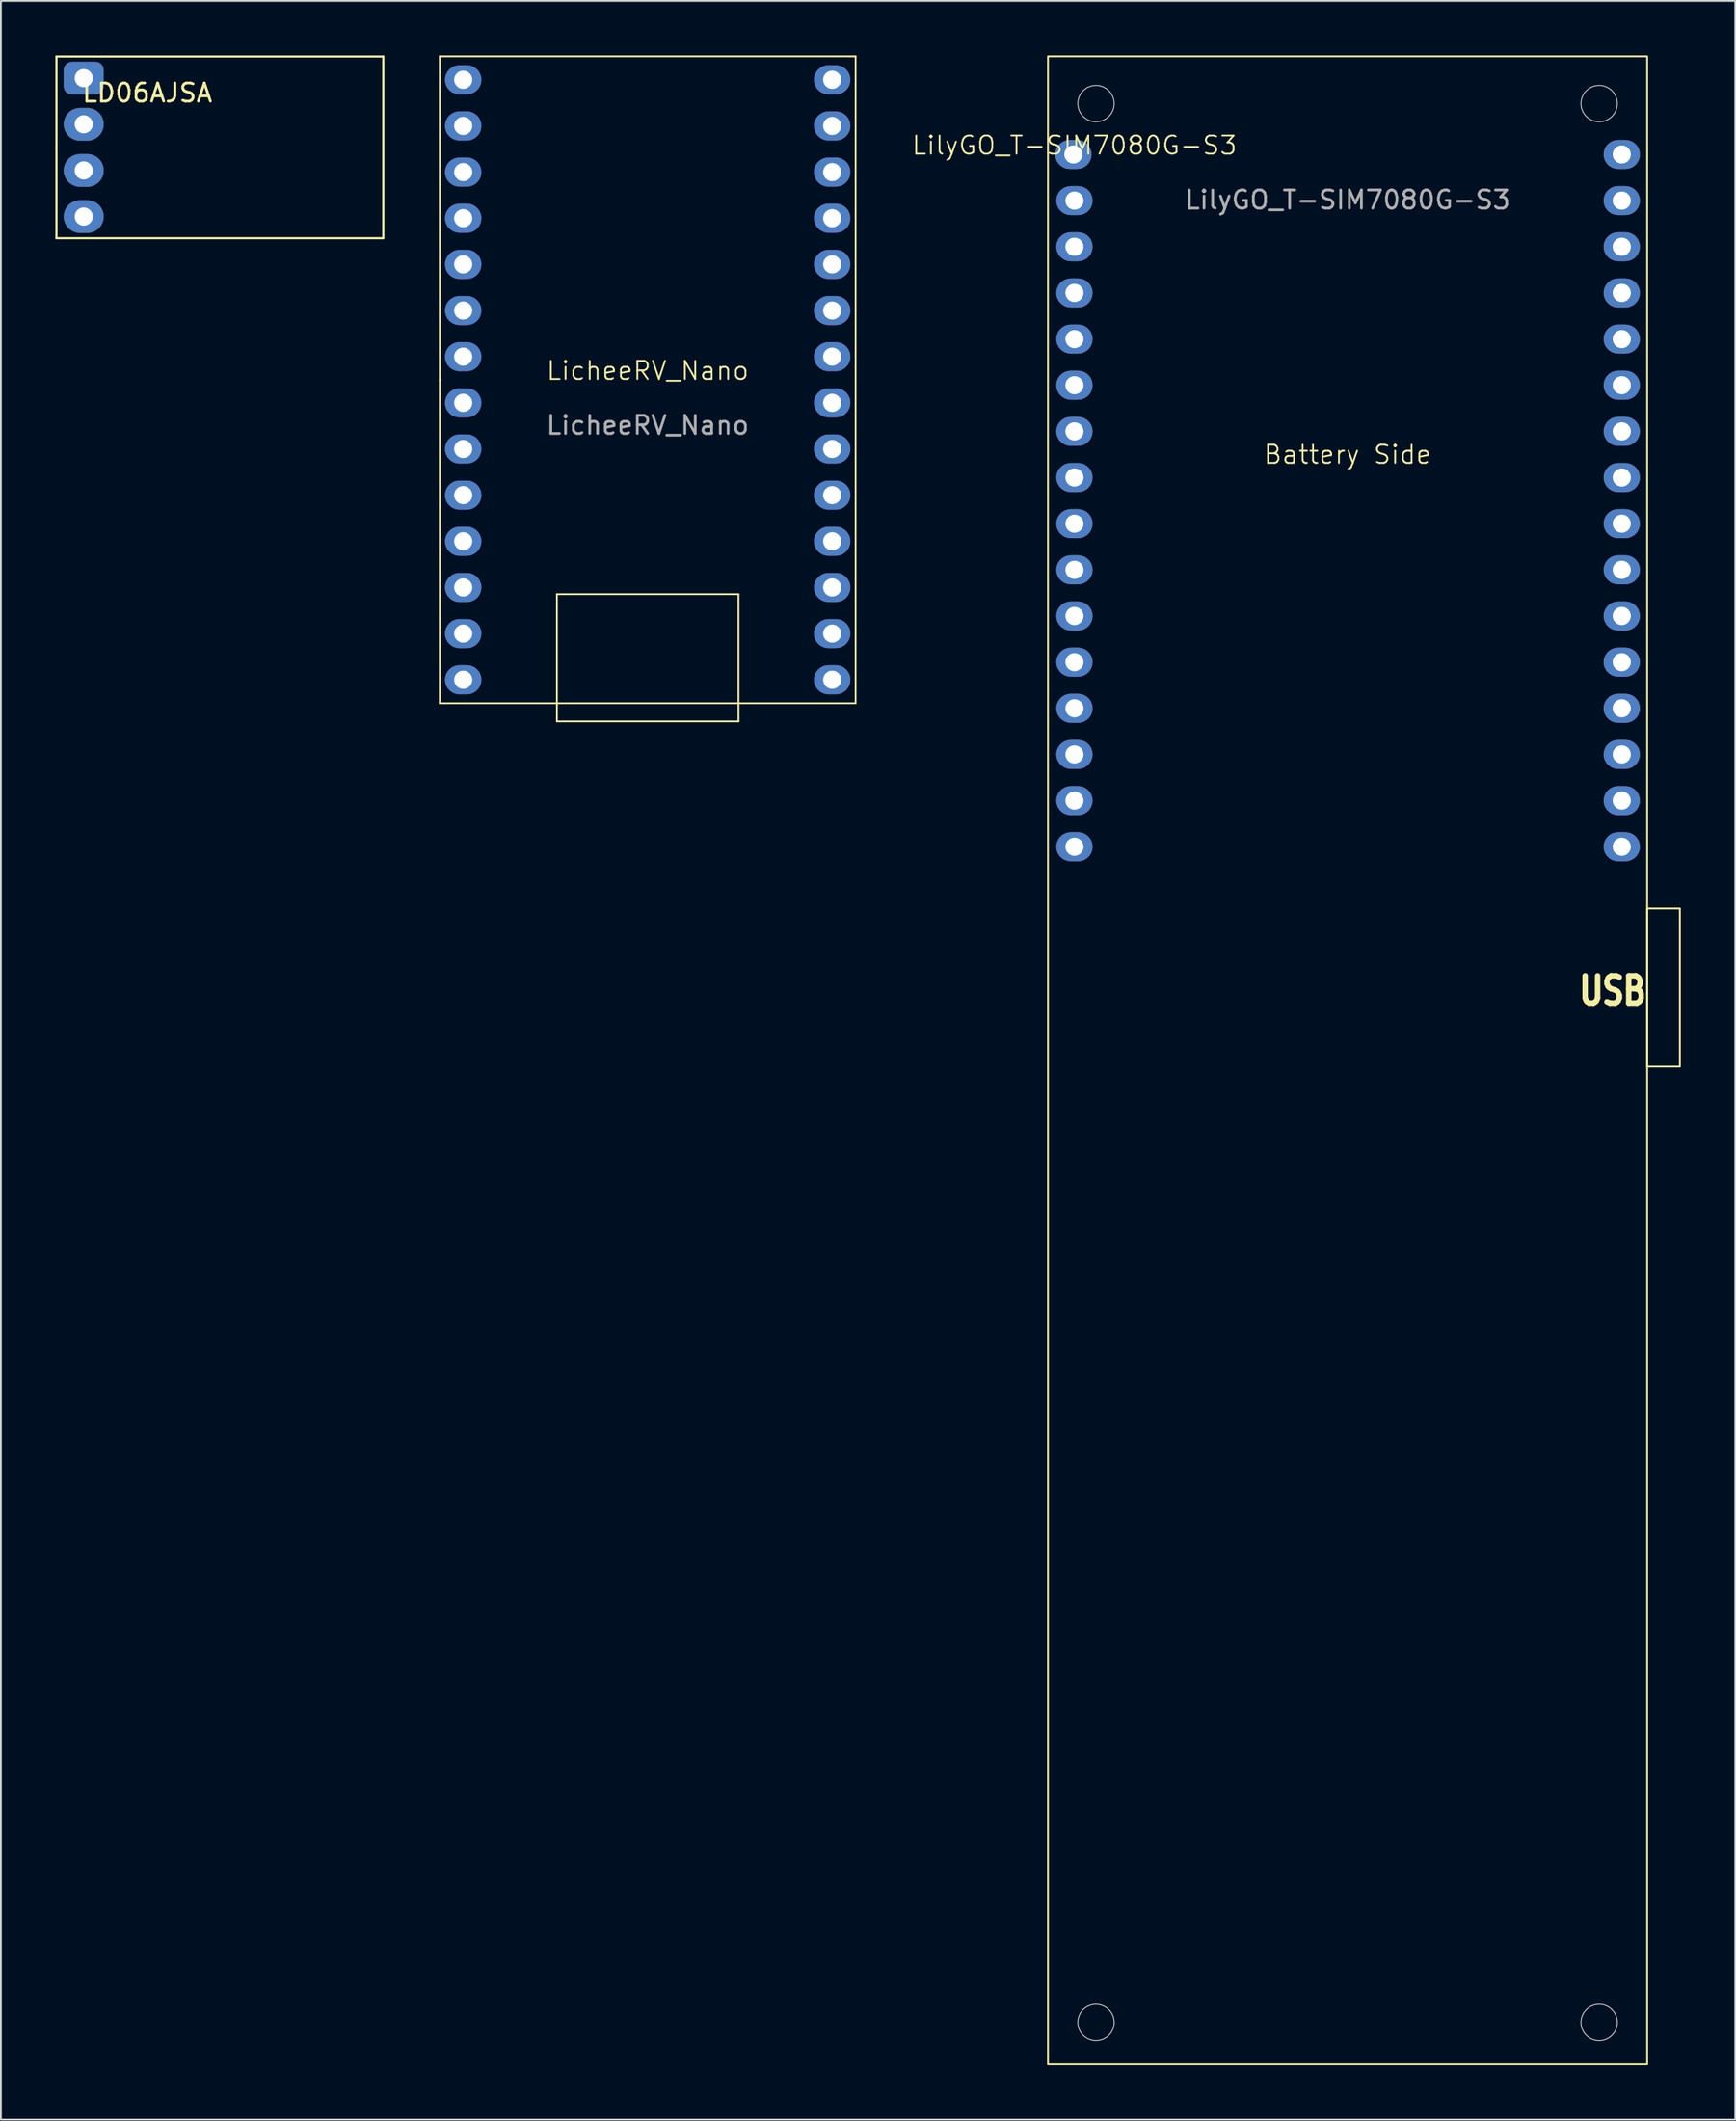
<source format=kicad_pcb>
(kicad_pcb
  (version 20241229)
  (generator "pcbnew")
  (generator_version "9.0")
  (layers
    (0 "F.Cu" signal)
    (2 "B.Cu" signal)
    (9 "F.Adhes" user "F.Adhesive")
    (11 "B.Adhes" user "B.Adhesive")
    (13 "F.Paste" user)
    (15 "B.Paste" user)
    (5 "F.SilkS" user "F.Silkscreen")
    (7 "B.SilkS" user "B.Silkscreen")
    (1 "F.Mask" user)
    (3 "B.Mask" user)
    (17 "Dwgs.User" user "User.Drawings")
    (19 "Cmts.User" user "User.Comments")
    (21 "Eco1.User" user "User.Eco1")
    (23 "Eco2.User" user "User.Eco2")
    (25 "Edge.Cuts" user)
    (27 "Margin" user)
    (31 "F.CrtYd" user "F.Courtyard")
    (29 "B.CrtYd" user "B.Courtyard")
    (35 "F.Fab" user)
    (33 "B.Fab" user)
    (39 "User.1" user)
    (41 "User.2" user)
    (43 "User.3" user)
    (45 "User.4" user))
  (footprint "LD06AJSA"
    (layer "F.Cu")
    (at 1.56 5.06)
    (property "Reference" "LD06AJSA" (at 3.5 -3 0) (layer "F.SilkS") (effects (font (size 1 1) (thickness 0.15))))
    (attr through_hole)
    (fp_line (start -1.5 -5) (end 16.5 -5) (stroke (width 0.12) (type solid)) (layer "F.SilkS"))
    (fp_line (start -1.5 0) (end -1.5 -5) (stroke (width 0.12) (type solid)) (layer "F.SilkS"))
    (fp_line (start -1.5 5) (end -1.5 0) (stroke (width 0.12) (type solid)) (layer "F.SilkS"))
    (fp_line (start 16.5 -5) (end 16.5 5) (stroke (width 0.12) (type solid)) (layer "F.SilkS"))
    (fp_line (start 16.5 5) (end -1.5 5) (stroke (width 0.12) (type solid)) (layer "F.SilkS"))
    (pad "1" thru_hole roundrect (at 0 -3.81) (size 2.2 1.8) (drill 1) (layers "*.Cu" "*.Mask") (roundrect_rratio 0.25))
    (pad "2" thru_hole oval (at 0 -1.27) (size 2.2 1.8) (drill 1) (layers "*.Cu" "*.Mask"))
    (pad "3" thru_hole oval (at 0 1.27) (size 2.2 1.8) (drill 1) (layers "*.Cu" "*.Mask"))
    (pad "4" thru_hole oval (at 0 3.81) (size 2.2 1.8) (drill 1) (layers "*.Cu" "*.Mask")))
  (footprint "LicheeRV_Nano"
    (layer "F.Cu")
    (at 32.62 17.85)
    (property "Reference" "LicheeRV_Nano" (at 0 -0.5 0) (unlocked yes) (layer "F.SilkS") (effects (font (size 1 1) (thickness 0.1))))
    (attr smd)
    (fp_line (start -11.45 -17.8) (end 11.45 -17.8) (stroke (width 0.1) (type default)) (layer "F.SilkS"))
    (fp_line (start -11.45 0) (end -11.45 -17.8) (stroke (width 0.1) (type default)) (layer "F.SilkS"))
    (fp_line (start -11.45 17.8) (end -11.45 0) (stroke (width 0.1) (type default)) (layer "F.SilkS"))
    (fp_line (start -5 11.8) (end 5 11.8) (stroke (width 0.1) (type default)) (layer "F.SilkS"))
    (fp_line (start -5 17.8) (end -5 11.8) (stroke (width 0.1) (type default)) (layer "F.SilkS"))
    (fp_line (start -5 17.8) (end -5 18.8) (stroke (width 0.1) (type default)) (layer "F.SilkS"))
    (fp_line (start -5 18.8) (end 5 18.8) (stroke (width 0.1) (type default)) (layer "F.SilkS"))
    (fp_line (start 5 11.8) (end 5 17.8) (stroke (width 0.1) (type default)) (layer "F.SilkS"))
    (fp_line (start 5 18.8) (end 5 17.8) (stroke (width 0.1) (type default)) (layer "F.SilkS"))
    (fp_line (start 11.45 -17.8) (end 11.45 17.8) (stroke (width 0.1) (type default)) (layer "F.SilkS"))
    (fp_line (start 11.45 17.8) (end -11.45 17.8) (stroke (width 0.1) (type default)) (layer "F.SilkS"))
    (fp_text user "${REFERENCE}" (at 0 2.5 0) (unlocked yes) (layer "F.Fab") (effects (font (size 1 1) (thickness 0.15))))
    (pad "1" thru_hole oval (at -10.16 -16.51) (size 2 1.6) (drill 1) (layers "*.Cu" "*.Mask"))
    (pad "2" thru_hole oval (at -10.16 -13.97) (size 2 1.6) (drill 1) (layers "*.Cu" "*.Mask"))
    (pad "3" thru_hole oval (at -10.16 -11.43) (size 2 1.6) (drill 1) (layers "*.Cu" "*.Mask"))
    (pad "4" thru_hole oval (at -10.16 -8.89) (size 2 1.6) (drill 1) (layers "*.Cu" "*.Mask"))
    (pad "5" thru_hole oval (at -10.16 -6.35) (size 2 1.6) (drill 1) (layers "*.Cu" "*.Mask"))
    (pad "6" thru_hole oval (at -10.16 -3.81) (size 2 1.6) (drill 1) (layers "*.Cu" "*.Mask"))
    (pad "7" thru_hole oval (at -10.16 -1.27) (size 2 1.6) (drill 1) (layers "*.Cu" "*.Mask"))
    (pad "8" thru_hole oval (at -10.16 1.27) (size 2 1.6) (drill 1) (layers "*.Cu" "*.Mask"))
    (pad "9" thru_hole oval (at -10.16 3.81) (size 2 1.6) (drill 1) (layers "*.Cu" "*.Mask"))
    (pad "10" thru_hole oval (at -10.16 6.35) (size 2 1.6) (drill 1) (layers "*.Cu" "*.Mask"))
    (pad "11" thru_hole oval (at -10.16 8.89) (size 2 1.6) (drill 1) (layers "*.Cu" "*.Mask"))
    (pad "12" thru_hole oval (at -10.16 11.43) (size 2 1.6) (drill 1) (layers "*.Cu" "*.Mask"))
    (pad "13" thru_hole oval (at -10.16 13.97) (size 2 1.6) (drill 1) (layers "*.Cu" "*.Mask"))
    (pad "14" thru_hole oval (at -10.16 16.51) (size 2 1.6) (drill 1) (layers "*.Cu" "*.Mask"))
    (pad "15" thru_hole oval (at 10.16 16.51) (size 2 1.6) (drill 1) (layers "*.Cu" "*.Mask"))
    (pad "16" thru_hole oval (at 10.16 13.97) (size 2 1.6) (drill 1) (layers "*.Cu" "*.Mask"))
    (pad "17" thru_hole oval (at 10.16 11.43) (size 2 1.6) (drill 1) (layers "*.Cu" "*.Mask"))
    (pad "18" thru_hole oval (at 10.16 8.89) (size 2 1.6) (drill 1) (layers "*.Cu" "*.Mask"))
    (pad "19" thru_hole oval (at 10.16 6.35) (size 2 1.6) (drill 1) (layers "*.Cu" "*.Mask"))
    (pad "20" thru_hole oval (at 10.16 3.81) (size 2 1.6) (drill 1) (layers "*.Cu" "*.Mask"))
    (pad "21" thru_hole oval (at 10.16 1.27) (size 2 1.6) (drill 1) (layers "*.Cu" "*.Mask"))
    (pad "22" thru_hole oval (at 10.16 -1.27) (size 2 1.6) (drill 1) (layers "*.Cu" "*.Mask"))
    (pad "23" thru_hole oval (at 10.16 -3.81) (size 2 1.6) (drill 1) (layers "*.Cu" "*.Mask"))
    (pad "24" thru_hole oval (at 10.16 -6.35) (size 2 1.6) (drill 1) (layers "*.Cu" "*.Mask"))
    (pad "25" thru_hole oval (at 10.16 -8.89) (size 2 1.6) (drill 1) (layers "*.Cu" "*.Mask"))
    (pad "26" thru_hole oval (at 10.16 -11.43) (size 2 1.6) (drill 1) (layers "*.Cu" "*.Mask"))
    (pad "27" thru_hole oval (at 10.16 -13.97) (size 2 1.6) (drill 1) (layers "*.Cu" "*.Mask"))
    (pad "28" thru_hole oval (at 10.16 -16.51) (size 2 1.6) (drill 1) (layers "*.Cu" "*.Mask")))
  (footprint "LilyGO_T-SIM7080G-S3"
    (layer "F.Cu")
    (at 71.164 5.45)
    (property "Reference" "LilyGO_T-SIM7080G-S3" (at -15.042 -0.5 0) (unlocked yes) (layer "F.SilkS") (effects (font (size 1 1) (thickness 0.1))))
    (attr through_hole)
    (fp_rect (start -16.5 -5.4) (end 16.5 105.1) (stroke (width 0.1) (type solid)) (fill no) (layer "F.SilkS"))
    (fp_rect (start 16.5 41.5) (end 18.3 50.2) (stroke (width 0.1) (type default)) (fill no) (layer "F.SilkS"))
    (fp_circle (center -13.855 -2.8) (end -12.855 -2.8) (stroke (width 0.05) (type solid)) (fill no) (layer "Edge.Cuts"))
    (fp_circle (center -13.855 102.8) (end -12.855 102.8) (stroke (width 0.05) (type solid)) (fill no) (layer "Edge.Cuts"))
    (fp_circle (center 13.855 -2.8) (end 14.855 -2.8) (stroke (width 0.05) (type solid)) (fill no) (layer "Edge.Cuts"))
    (fp_circle (center 13.855 102.8) (end 14.855 102.8) (stroke (width 0.05) (type solid)) (fill no) (layer "Edge.Cuts"))
    (fp_text user "USB" (at 12.6 46.9 0) (unlocked yes) (layer "F.SilkS") (effects (font (size 1.5 1.2) (thickness 0.3) (bold yes)) (justify left bottom)))
    (fp_text user "Battery Side" (at 0 17.1 0) (unlocked yes) (layer "F.SilkS") (effects (font (size 1 1) (thickness 0.1)) (justify bottom)))
    (fp_text user "${REFERENCE}" (at 0 2.5 0) (unlocked yes) (layer "F.Fab") (effects (font (size 1 1) (thickness 0.15))))
    (pad "1" thru_hole roundrect (at -15.1 0 270) (size 1.6 2) (drill 1) (layers "*.Cu" "*.Mask") (roundrect_rratio 0.5))
    (pad "2" thru_hole roundrect (at -15.042 2.54 270) (size 1.6 2) (drill 1) (layers "*.Cu" "*.Mask") (roundrect_rratio 0.5))
    (pad "3" thru_hole roundrect (at -15.042 5.08 270) (size 1.6 2) (drill 1) (layers "*.Cu" "*.Mask") (roundrect_rratio 0.5))
    (pad "4" thru_hole roundrect (at -15.042 7.62 270) (size 1.6 2) (drill 1) (layers "*.Cu" "*.Mask") (roundrect_rratio 0.5))
    (pad "5" thru_hole roundrect (at -15.042 10.16 270) (size 1.6 2) (drill 1) (layers "*.Cu" "*.Mask") (roundrect_rratio 0.5))
    (pad "6" thru_hole roundrect (at -15.042 12.7 270) (size 1.6 2) (drill 1) (layers "*.Cu" "*.Mask") (roundrect_rratio 0.5))
    (pad "7" thru_hole roundrect (at -15.042 15.24 270) (size 1.6 2) (drill 1) (layers "*.Cu" "*.Mask") (roundrect_rratio 0.5))
    (pad "8" thru_hole roundrect (at -15.042 17.78 270) (size 1.6 2) (drill 1) (layers "*.Cu" "*.Mask") (roundrect_rratio 0.5))
    (pad "9" thru_hole roundrect (at -15.042 20.32 270) (size 1.6 2) (drill 1) (layers "*.Cu" "*.Mask") (roundrect_rratio 0.5))
    (pad "10" thru_hole roundrect (at -15.042 22.86 270) (size 1.6 2) (drill 1) (layers "*.Cu" "*.Mask") (roundrect_rratio 0.5))
    (pad "11" thru_hole roundrect (at -15.042 25.4 270) (size 1.6 2) (drill 1) (layers "*.Cu" "*.Mask") (roundrect_rratio 0.5))
    (pad "12" thru_hole roundrect (at -15.042 27.94 270) (size 1.6 2) (drill 1) (layers "*.Cu" "*.Mask") (roundrect_rratio 0.5))
    (pad "13" thru_hole roundrect (at -15.042 30.48 270) (size 1.6 2) (drill 1) (layers "*.Cu" "*.Mask") (roundrect_rratio 0.5))
    (pad "14" thru_hole roundrect (at -15.042 33.02 270) (size 1.6 2) (drill 1) (layers "*.Cu" "*.Mask") (roundrect_rratio 0.5))
    (pad "15" thru_hole roundrect (at -15.042 35.56 270) (size 1.6 2) (drill 1) (layers "*.Cu" "*.Mask") (roundrect_rratio 0.5))
    (pad "16" thru_hole roundrect (at -15.042 38.1 270) (size 1.6 2) (drill 1) (layers "*.Cu" "*.Mask") (roundrect_rratio 0.5))
    (pad "17" thru_hole roundrect (at 15.1 38.1 270) (size 1.6 2) (drill 1) (layers "*.Cu" "*.Mask") (roundrect_rratio 0.5))
    (pad "18" thru_hole roundrect (at 15.1 35.56 270) (size 1.6 2) (drill 1) (layers "*.Cu" "*.Mask") (roundrect_rratio 0.5))
    (pad "19" thru_hole roundrect (at 15.1 33.02 270) (size 1.6 2) (drill 1) (layers "*.Cu" "*.Mask") (roundrect_rratio 0.5))
    (pad "20" thru_hole roundrect (at 15.1 30.48 270) (size 1.6 2) (drill 1) (layers "*.Cu" "*.Mask") (roundrect_rratio 0.5))
    (pad "21" thru_hole roundrect (at 15.1 27.94 270) (size 1.6 2) (drill 1) (layers "*.Cu" "*.Mask") (roundrect_rratio 0.5))
    (pad "22" thru_hole roundrect (at 15.1 25.4 270) (size 1.6 2) (drill 1) (layers "*.Cu" "*.Mask") (roundrect_rratio 0.5))
    (pad "23" thru_hole roundrect (at 15.1 22.86 270) (size 1.6 2) (drill 1) (layers "*.Cu" "*.Mask") (roundrect_rratio 0.5))
    (pad "24" thru_hole roundrect (at 15.1 20.32 270) (size 1.6 2) (drill 1) (layers "*.Cu" "*.Mask") (roundrect_rratio 0.5))
    (pad "25" thru_hole roundrect (at 15.1 17.78 270) (size 1.6 2) (drill 1) (layers "*.Cu" "*.Mask") (roundrect_rratio 0.5))
    (pad "26" thru_hole roundrect (at 15.1 15.24 270) (size 1.6 2) (drill 1) (layers "*.Cu" "*.Mask") (roundrect_rratio 0.5))
    (pad "27" thru_hole roundrect (at 15.1 12.7 270) (size 1.6 2) (drill 1) (layers "*.Cu" "*.Mask") (roundrect_rratio 0.5))
    (pad "28" thru_hole roundrect (at 15.1 10.16 270) (size 1.6 2) (drill 1) (layers "*.Cu" "*.Mask") (roundrect_rratio 0.5))
    (pad "29" thru_hole roundrect (at 15.1 7.62 270) (size 1.6 2) (drill 1) (layers "*.Cu" "*.Mask") (roundrect_rratio 0.5))
    (pad "30" thru_hole roundrect (at 15.1 5.08 270) (size 1.6 2) (drill 1) (layers "*.Cu" "*.Mask") (roundrect_rratio 0.5))
    (pad "31" thru_hole roundrect (at 15.1 2.54 270) (size 1.6 2) (drill 1) (layers "*.Cu" "*.Mask") (roundrect_rratio 0.5))
    (pad "32" thru_hole roundrect (at 15.1 0 270) (size 1.6 2) (drill 1) (layers "*.Cu" "*.Mask") (roundrect_rratio 0.5)))
  (gr_rect
    (start -3 -3)
    (end 92.514 113.6)
    (stroke (width 0.1) (type default))
    (fill no)
    (layer "Edge.Cuts")))
</source>
